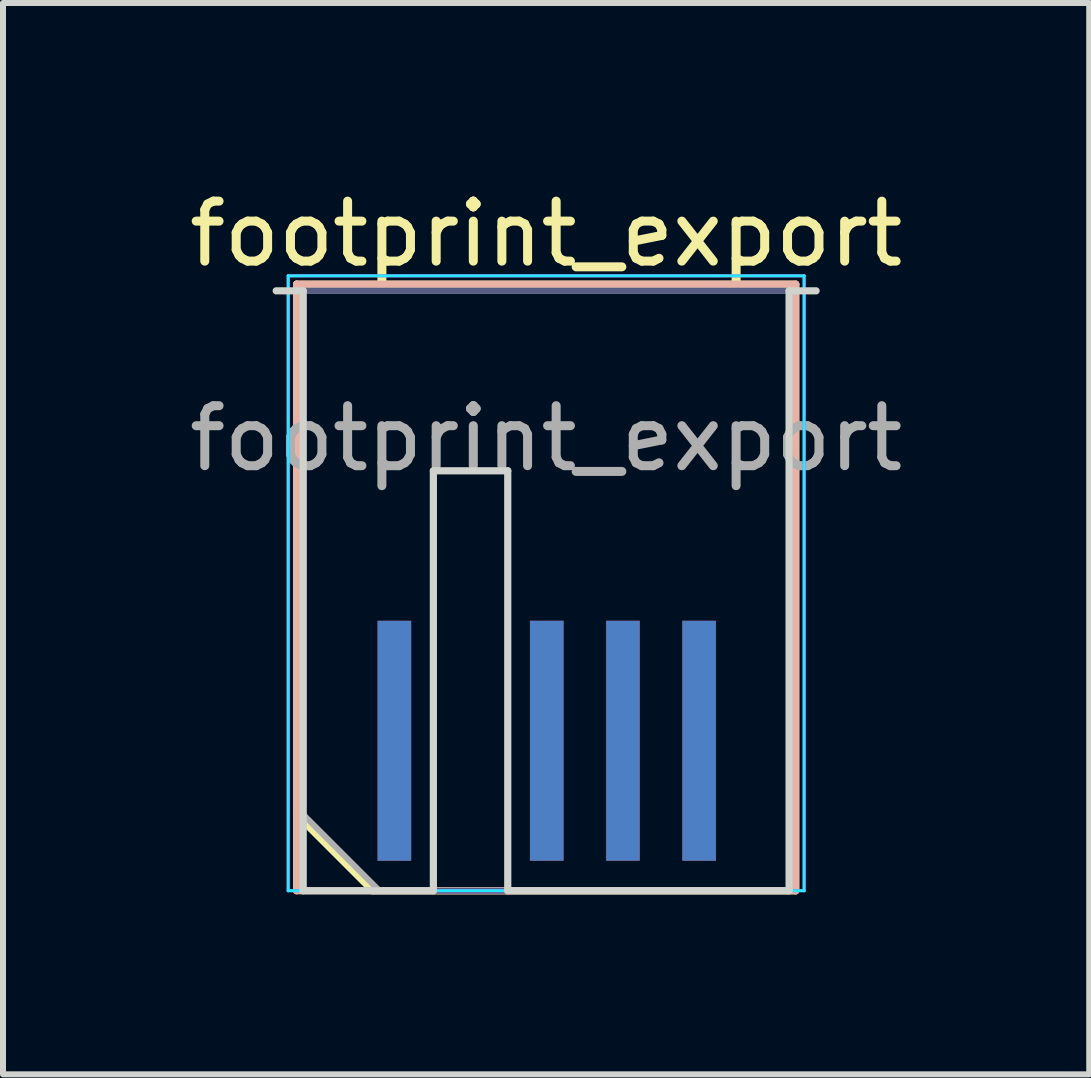
<source format=kicad_pcb>
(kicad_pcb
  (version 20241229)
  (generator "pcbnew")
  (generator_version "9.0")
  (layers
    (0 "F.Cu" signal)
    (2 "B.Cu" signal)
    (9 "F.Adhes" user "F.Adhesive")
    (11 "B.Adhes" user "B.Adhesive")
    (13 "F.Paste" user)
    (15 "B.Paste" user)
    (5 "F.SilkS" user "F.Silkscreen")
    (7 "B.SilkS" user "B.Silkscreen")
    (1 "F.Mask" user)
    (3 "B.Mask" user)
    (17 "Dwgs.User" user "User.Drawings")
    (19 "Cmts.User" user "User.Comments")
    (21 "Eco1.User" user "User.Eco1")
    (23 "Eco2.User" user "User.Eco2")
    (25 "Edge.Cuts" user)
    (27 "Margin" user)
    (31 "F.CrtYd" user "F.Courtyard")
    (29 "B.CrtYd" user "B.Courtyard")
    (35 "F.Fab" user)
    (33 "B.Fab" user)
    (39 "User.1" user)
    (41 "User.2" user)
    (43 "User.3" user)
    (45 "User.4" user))
  (footprint "footprint_export"
    (layer "F.Cu")
    (at 6.054 6.798)
    (property "Reference" "footprint_export" (at 0 -5.95 0) (layer "F.SilkS") (effects (font (size 1 1) (thickness 0.15))))
    (attr exclude_from_pos_files exclude_from_bom)
    (fp_line (start -4.16 -5.11) (end 4.16 -5.11) (stroke (width 0.12) (type solid)) (layer "F.SilkS"))
    (fp_line (start -4.16 3.73) (end -4.16 -5.11) (stroke (width 0.12) (type solid)) (layer "F.SilkS"))
    (fp_line (start -2.89 5) (end -4.16 3.73) (stroke (width 0.12) (type solid)) (layer "F.SilkS"))
    (fp_line (start -2.89 5) (end 4.16 5) (stroke (width 0.12) (type solid)) (layer "F.SilkS"))
    (fp_line (start 4.16 5) (end 4.16 -5.11) (stroke (width 0.12) (type solid)) (layer "F.SilkS"))
    (fp_line (start -4.16 -5.11) (end 4.16 -5.11) (stroke (width 0.12) (type solid)) (layer "B.SilkS"))
    (fp_line (start -4.16 5) (end -4.16 -5.11) (stroke (width 0.12) (type solid)) (layer "B.SilkS"))
    (fp_line (start -4.16 5) (end 4.16 5) (stroke (width 0.12) (type solid)) (layer "B.SilkS"))
    (fp_line (start 4.16 5) (end 4.16 -5.11) (stroke (width 0.12) (type solid)) (layer "B.SilkS"))
    (fp_line (start -4.5 -5) (end -4.05 -5) (stroke (width 0.12) (type solid)) (layer "Edge.Cuts"))
    (fp_line (start -4.05 5) (end -4.05 -5) (stroke (width 0.12) (type solid)) (layer "Edge.Cuts"))
    (fp_line (start -4.05 5) (end -1.88 5) (stroke (width 0.12) (type solid)) (layer "Edge.Cuts"))
    (fp_line (start -1.88 -2) (end -0.64 -2) (stroke (width 0.12) (type solid)) (layer "Edge.Cuts"))
    (fp_line (start -1.88 5) (end -1.88 -2) (stroke (width 0.12) (type solid)) (layer "Edge.Cuts"))
    (fp_line (start -0.64 5) (end -0.64 -2) (stroke (width 0.12) (type solid)) (layer "Edge.Cuts"))
    (fp_line (start -0.64 5) (end 4.05 5) (stroke (width 0.12) (type solid)) (layer "Edge.Cuts"))
    (fp_line (start 4.05 5) (end 4.05 -5) (stroke (width 0.12) (type solid)) (layer "Edge.Cuts"))
    (fp_line (start 4.5 -5) (end 4.05 -5) (stroke (width 0.12) (type solid)) (layer "Edge.Cuts"))
    (fp_line (start -4.3 -5.25) (end -4.3 5) (stroke (width 0.05) (type solid)) (layer "B.CrtYd"))
    (fp_line (start -4.3 5) (end 4.3 5) (stroke (width 0.05) (type solid)) (layer "B.CrtYd"))
    (fp_line (start 4.3 -5.25) (end -4.3 -5.25) (stroke (width 0.05) (type solid)) (layer "B.CrtYd"))
    (fp_line (start 4.3 5) (end 4.3 -5.25) (stroke (width 0.05) (type solid)) (layer "B.CrtYd"))
    (fp_line (start -4.3 -5.25) (end -4.3 5) (stroke (width 0.05) (type solid)) (layer "F.CrtYd"))
    (fp_line (start -4.3 5) (end 4.3 5) (stroke (width 0.05) (type solid)) (layer "F.CrtYd"))
    (fp_line (start 4.3 -5.25) (end -4.3 -5.25) (stroke (width 0.05) (type solid)) (layer "F.CrtYd"))
    (fp_line (start 4.3 5) (end 4.3 -5.25) (stroke (width 0.05) (type solid)) (layer "F.CrtYd"))
    (fp_line (start -4.05 -5) (end 4.05 -5) (stroke (width 0.1) (type solid)) (layer "B.Fab"))
    (fp_line (start -4.05 5) (end -4.05 -5) (stroke (width 0.1) (type solid)) (layer "B.Fab"))
    (fp_line (start -4.05 5) (end 4.05 5) (stroke (width 0.1) (type solid)) (layer "B.Fab"))
    (fp_line (start 4.05 5) (end 4.05 -5) (stroke (width 0.1) (type solid)) (layer "B.Fab"))
    (fp_line (start -4.05 -5) (end 4.05 -5) (stroke (width 0.1) (type solid)) (layer "F.Fab"))
    (fp_line (start -4.05 3.73) (end -4.05 -5) (stroke (width 0.1) (type solid)) (layer "F.Fab"))
    (fp_line (start -4.05 3.73) (end -2.78 5) (stroke (width 0.1) (type solid)) (layer "F.Fab"))
    (fp_line (start -2.78 5) (end 4.05 5) (stroke (width 0.1) (type solid)) (layer "F.Fab"))
    (fp_line (start 4.05 5) (end 4.05 -5) (stroke (width 0.1) (type solid)) (layer "F.Fab"))
    (fp_text user "${REFERENCE}" (at 0 -2.54 0) (layer "F.Fab") (effects (font (size 1 1) (thickness 0.15))))
    (pad "1" connect rect (at -2.53 2.5) (size 0.56 4) (layers "F.Cu" "F.Mask"))
    (pad "2" connect rect (at -2.53 2.5) (size 0.56 4) (layers "B.Cu" "B.Mask"))
    (pad "5" connect rect (at 0.01 2.5) (size 0.56 4) (layers "F.Cu" "F.Mask"))
    (pad "6" connect rect (at 0.01 2.5) (size 0.56 4) (layers "B.Cu" "B.Mask"))
    (pad "7" connect rect (at 1.28 2.5) (size 0.56 4) (layers "F.Cu" "F.Mask"))
    (pad "8" connect rect (at 1.28 2.5) (size 0.56 4) (layers "B.Cu" "B.Mask"))
    (pad "9" connect rect (at 2.55 2.5) (size 0.56 4) (layers "F.Cu" "F.Mask"))
    (pad "10" connect rect (at 2.55 2.5) (size 0.56 4) (layers "B.Cu" "B.Mask")))
  (gr_rect
    (start -3 -3)
    (end 15.107 14.858)
    (stroke (width 0.1) (type default))
    (fill no)
    (layer "Edge.Cuts")))
</source>
